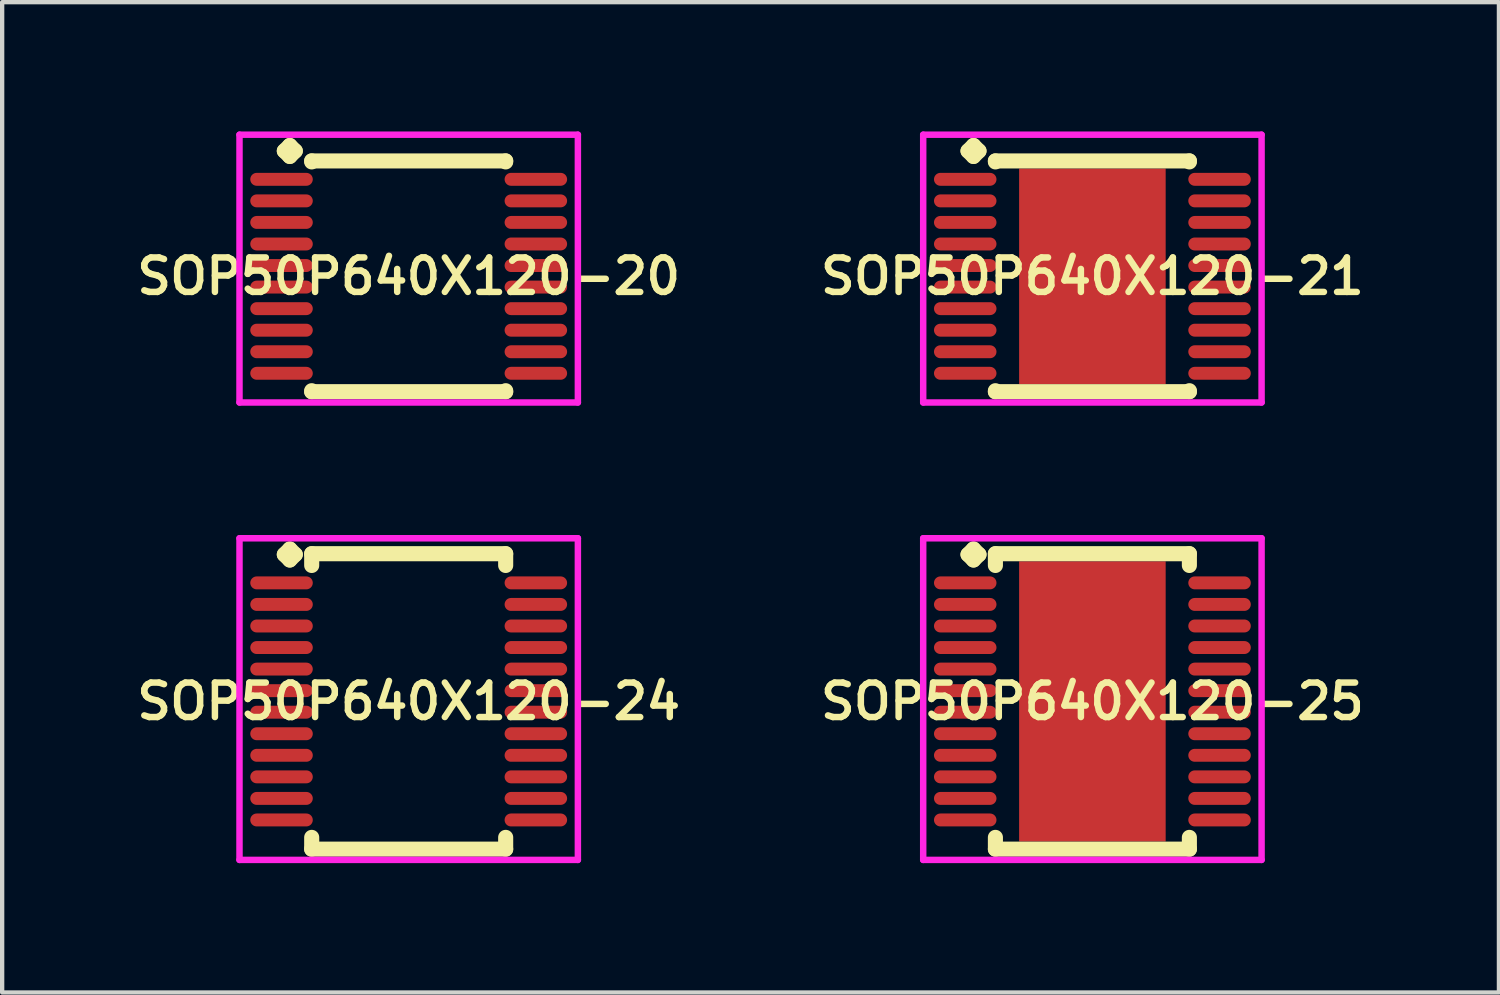
<source format=kicad_pcb>
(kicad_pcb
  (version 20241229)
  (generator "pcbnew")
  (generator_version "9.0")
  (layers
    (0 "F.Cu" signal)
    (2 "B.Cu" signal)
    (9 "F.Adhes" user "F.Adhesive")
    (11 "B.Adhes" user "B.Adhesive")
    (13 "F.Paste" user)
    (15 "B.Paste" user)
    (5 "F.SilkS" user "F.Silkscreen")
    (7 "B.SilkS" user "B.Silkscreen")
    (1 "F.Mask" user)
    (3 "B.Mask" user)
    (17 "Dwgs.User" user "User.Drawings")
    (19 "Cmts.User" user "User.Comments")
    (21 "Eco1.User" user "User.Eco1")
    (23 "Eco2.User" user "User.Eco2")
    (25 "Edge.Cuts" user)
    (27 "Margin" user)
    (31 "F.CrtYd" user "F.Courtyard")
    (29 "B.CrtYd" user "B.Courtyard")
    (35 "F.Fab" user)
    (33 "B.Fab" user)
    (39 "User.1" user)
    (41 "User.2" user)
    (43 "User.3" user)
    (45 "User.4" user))
  (footprint "SOP50P640X120-25"
    (layer "F.Cu")
    (at 22.292 13.222)
    (property "Reference" "SOP50P640X120-25" (at 0 0 0) (layer "F.SilkS") (effects (font (size 0.8 0.8) (thickness 0.15))))
    (attr smd)
    (fp_line (start -2.885 -3.408) (end -2.758 -3.535) (stroke (width 0.35) (type solid)) (layer "F.SilkS"))
    (fp_line (start -2.758 -3.535) (end -2.631 -3.408) (stroke (width 0.35) (type solid)) (layer "F.SilkS"))
    (fp_line (start -2.758 -3.281) (end -2.885 -3.408) (stroke (width 0.35) (type solid)) (layer "F.SilkS"))
    (fp_line (start -2.631 -3.408) (end -2.758 -3.281) (stroke (width 0.35) (type solid)) (layer "F.SilkS"))
    (fp_line (start -2.25 -3.427) (end 2.25 -3.427) (stroke (width 0.35) (type solid)) (layer "F.SilkS"))
    (fp_line (start -2.25 -3.154) (end -2.25 -3.427) (stroke (width 0.35) (type solid)) (layer "F.SilkS"))
    (fp_line (start -2.25 3.154) (end -2.25 3.427) (stroke (width 0.35) (type solid)) (layer "F.SilkS"))
    (fp_line (start -2.25 3.427) (end 2.25 3.427) (stroke (width 0.35) (type solid)) (layer "F.SilkS"))
    (fp_line (start 2.25 -3.427) (end 2.25 -3.154) (stroke (width 0.35) (type solid)) (layer "F.SilkS"))
    (fp_line (start 2.25 3.427) (end 2.25 3.154) (stroke (width 0.35) (type solid)) (layer "F.SilkS"))
    (fp_line (start -3.925 -3.785) (end 3.925 -3.785) (stroke (width 0.15) (type solid)) (layer "F.CrtYd"))
    (fp_line (start -3.925 3.677) (end -3.925 -3.785) (stroke (width 0.15) (type solid)) (layer "F.CrtYd"))
    (fp_line (start 3.925 -3.785) (end 3.925 3.677) (stroke (width 0.15) (type solid)) (layer "F.CrtYd"))
    (fp_line (start 3.925 3.677) (end -3.925 3.677) (stroke (width 0.15) (type solid)) (layer "F.CrtYd"))
    (pad "1" smd oval (at -2.95 -2.75) (size 1.45 0.3) (layers "F.Cu" "F.Mask" "F.Paste"))
    (pad "2" smd oval (at -2.95 -2.25) (size 1.45 0.3) (layers "F.Cu" "F.Mask" "F.Paste"))
    (pad "3" smd oval (at -2.95 -1.75) (size 1.45 0.3) (layers "F.Cu" "F.Mask" "F.Paste"))
    (pad "4" smd oval (at -2.95 -1.25) (size 1.45 0.3) (layers "F.Cu" "F.Mask" "F.Paste"))
    (pad "5" smd oval (at -2.95 -0.75) (size 1.45 0.3) (layers "F.Cu" "F.Mask" "F.Paste"))
    (pad "6" smd oval (at -2.95 -0.25) (size 1.45 0.3) (layers "F.Cu" "F.Mask" "F.Paste"))
    (pad "7" smd oval (at -2.95 0.25) (size 1.45 0.3) (layers "F.Cu" "F.Mask" "F.Paste"))
    (pad "8" smd oval (at -2.95 0.75) (size 1.45 0.3) (layers "F.Cu" "F.Mask" "F.Paste"))
    (pad "9" smd oval (at -2.95 1.25) (size 1.45 0.3) (layers "F.Cu" "F.Mask" "F.Paste"))
    (pad "10" smd oval (at -2.95 1.75) (size 1.45 0.3) (layers "F.Cu" "F.Mask" "F.Paste"))
    (pad "11" smd oval (at -2.95 2.25) (size 1.45 0.3) (layers "F.Cu" "F.Mask" "F.Paste"))
    (pad "12" smd oval (at -2.95 2.75) (size 1.45 0.3) (layers "F.Cu" "F.Mask" "F.Paste"))
    (pad "13" smd oval (at 2.95 2.75) (size 1.45 0.3) (layers "F.Cu" "F.Mask" "F.Paste"))
    (pad "14" smd oval (at 2.95 2.25) (size 1.45 0.3) (layers "F.Cu" "F.Mask" "F.Paste"))
    (pad "15" smd oval (at 2.95 1.75) (size 1.45 0.3) (layers "F.Cu" "F.Mask" "F.Paste"))
    (pad "16" smd oval (at 2.95 1.25) (size 1.45 0.3) (layers "F.Cu" "F.Mask" "F.Paste"))
    (pad "17" smd oval (at 2.95 0.75) (size 1.45 0.3) (layers "F.Cu" "F.Mask" "F.Paste"))
    (pad "18" smd oval (at 2.95 0.25) (size 1.45 0.3) (layers "F.Cu" "F.Mask" "F.Paste"))
    (pad "19" smd oval (at 2.95 -0.25) (size 1.45 0.3) (layers "F.Cu" "F.Mask" "F.Paste"))
    (pad "20" smd oval (at 2.95 -0.75) (size 1.45 0.3) (layers "F.Cu" "F.Mask" "F.Paste"))
    (pad "21" smd oval (at 2.95 -1.25) (size 1.45 0.3) (layers "F.Cu" "F.Mask" "F.Paste"))
    (pad "22" smd oval (at 2.95 -1.75) (size 1.45 0.3) (layers "F.Cu" "F.Mask" "F.Paste"))
    (pad "23" smd oval (at 2.95 -2.25) (size 1.45 0.3) (layers "F.Cu" "F.Mask" "F.Paste"))
    (pad "24" smd oval (at 2.95 -2.75) (size 1.45 0.3) (layers "F.Cu" "F.Mask" "F.Paste"))
    (pad "25" smd rect (at 0 0) (size 3.4 6.5) (layers "F.Cu" "F.Mask" "F.Paste")))
  (footprint "SOP50P640X120-21"
    (layer "F.Cu")
    (at 22.292 3.36)
    (property "Reference" "SOP50P640X120-21" (at 0 0 0) (layer "F.SilkS") (effects (font (size 0.8 0.8) (thickness 0.15))))
    (attr smd)
    (fp_line (start -2.885 -2.908) (end -2.758 -3.035) (stroke (width 0.35) (type solid)) (layer "F.SilkS"))
    (fp_line (start -2.758 -3.035) (end -2.631 -2.908) (stroke (width 0.35) (type solid)) (layer "F.SilkS"))
    (fp_line (start -2.758 -2.781) (end -2.885 -2.908) (stroke (width 0.35) (type solid)) (layer "F.SilkS"))
    (fp_line (start -2.631 -2.908) (end -2.758 -2.781) (stroke (width 0.35) (type solid)) (layer "F.SilkS"))
    (fp_line (start -2.25 -2.677) (end 2.25 -2.677) (stroke (width 0.35) (type solid)) (layer "F.SilkS"))
    (fp_line (start -2.25 -2.654) (end -2.25 -2.677) (stroke (width 0.35) (type solid)) (layer "F.SilkS"))
    (fp_line (start -2.25 2.654) (end -2.25 2.677) (stroke (width 0.35) (type solid)) (layer "F.SilkS"))
    (fp_line (start -2.25 2.677) (end 2.25 2.677) (stroke (width 0.35) (type solid)) (layer "F.SilkS"))
    (fp_line (start 2.25 -2.677) (end 2.25 -2.654) (stroke (width 0.35) (type solid)) (layer "F.SilkS"))
    (fp_line (start 2.25 2.677) (end 2.25 2.654) (stroke (width 0.35) (type solid)) (layer "F.SilkS"))
    (fp_line (start -3.925 -3.285) (end 3.925 -3.285) (stroke (width 0.15) (type solid)) (layer "F.CrtYd"))
    (fp_line (start -3.925 2.927) (end -3.925 -3.285) (stroke (width 0.15) (type solid)) (layer "F.CrtYd"))
    (fp_line (start 3.925 -3.285) (end 3.925 2.927) (stroke (width 0.15) (type solid)) (layer "F.CrtYd"))
    (fp_line (start 3.925 2.927) (end -3.925 2.927) (stroke (width 0.15) (type solid)) (layer "F.CrtYd"))
    (pad "1" smd oval (at -2.95 -2.25) (size 1.45 0.3) (layers "F.Cu" "F.Mask" "F.Paste"))
    (pad "2" smd oval (at -2.95 -1.75) (size 1.45 0.3) (layers "F.Cu" "F.Mask" "F.Paste"))
    (pad "3" smd oval (at -2.95 -1.25) (size 1.45 0.3) (layers "F.Cu" "F.Mask" "F.Paste"))
    (pad "4" smd oval (at -2.95 -0.75) (size 1.45 0.3) (layers "F.Cu" "F.Mask" "F.Paste"))
    (pad "5" smd oval (at -2.95 -0.25) (size 1.45 0.3) (layers "F.Cu" "F.Mask" "F.Paste"))
    (pad "6" smd oval (at -2.95 0.25) (size 1.45 0.3) (layers "F.Cu" "F.Mask" "F.Paste"))
    (pad "7" smd oval (at -2.95 0.75) (size 1.45 0.3) (layers "F.Cu" "F.Mask" "F.Paste"))
    (pad "8" smd oval (at -2.95 1.25) (size 1.45 0.3) (layers "F.Cu" "F.Mask" "F.Paste"))
    (pad "9" smd oval (at -2.95 1.75) (size 1.45 0.3) (layers "F.Cu" "F.Mask" "F.Paste"))
    (pad "10" smd oval (at -2.95 2.25) (size 1.45 0.3) (layers "F.Cu" "F.Mask" "F.Paste"))
    (pad "11" smd oval (at 2.95 2.25) (size 1.45 0.3) (layers "F.Cu" "F.Mask" "F.Paste"))
    (pad "12" smd oval (at 2.95 1.75) (size 1.45 0.3) (layers "F.Cu" "F.Mask" "F.Paste"))
    (pad "13" smd oval (at 2.95 1.25) (size 1.45 0.3) (layers "F.Cu" "F.Mask" "F.Paste"))
    (pad "14" smd oval (at 2.95 0.75) (size 1.45 0.3) (layers "F.Cu" "F.Mask" "F.Paste"))
    (pad "15" smd oval (at 2.95 0.25) (size 1.45 0.3) (layers "F.Cu" "F.Mask" "F.Paste"))
    (pad "16" smd oval (at 2.95 -0.25) (size 1.45 0.3) (layers "F.Cu" "F.Mask" "F.Paste"))
    (pad "17" smd oval (at 2.95 -0.75) (size 1.45 0.3) (layers "F.Cu" "F.Mask" "F.Paste"))
    (pad "18" smd oval (at 2.95 -1.25) (size 1.45 0.3) (layers "F.Cu" "F.Mask" "F.Paste"))
    (pad "19" smd oval (at 2.95 -1.75) (size 1.45 0.3) (layers "F.Cu" "F.Mask" "F.Paste"))
    (pad "20" smd oval (at 2.95 -2.25) (size 1.45 0.3) (layers "F.Cu" "F.Mask" "F.Paste"))
    (pad "21" smd rect (at 0 0) (size 3.4 5) (layers "F.Cu" "F.Mask" "F.Paste")))
  (footprint "SOP50P640X120-20"
    (layer "F.Cu")
    (at 6.431 3.36)
    (property "Reference" "SOP50P640X120-20" (at 0 0 0) (layer "F.SilkS") (effects (font (size 0.8 0.8) (thickness 0.15))))
    (attr smd)
    (fp_line (start -2.885 -2.908) (end -2.758 -3.035) (stroke (width 0.35) (type solid)) (layer "F.SilkS"))
    (fp_line (start -2.758 -3.035) (end -2.631 -2.908) (stroke (width 0.35) (type solid)) (layer "F.SilkS"))
    (fp_line (start -2.758 -2.781) (end -2.885 -2.908) (stroke (width 0.35) (type solid)) (layer "F.SilkS"))
    (fp_line (start -2.631 -2.908) (end -2.758 -2.781) (stroke (width 0.35) (type solid)) (layer "F.SilkS"))
    (fp_line (start -2.25 -2.677) (end 2.25 -2.677) (stroke (width 0.35) (type solid)) (layer "F.SilkS"))
    (fp_line (start -2.25 -2.654) (end -2.25 -2.677) (stroke (width 0.35) (type solid)) (layer "F.SilkS"))
    (fp_line (start -2.25 2.654) (end -2.25 2.677) (stroke (width 0.35) (type solid)) (layer "F.SilkS"))
    (fp_line (start -2.25 2.677) (end 2.25 2.677) (stroke (width 0.35) (type solid)) (layer "F.SilkS"))
    (fp_line (start 2.25 -2.677) (end 2.25 -2.654) (stroke (width 0.35) (type solid)) (layer "F.SilkS"))
    (fp_line (start 2.25 2.677) (end 2.25 2.654) (stroke (width 0.35) (type solid)) (layer "F.SilkS"))
    (fp_line (start -3.925 -3.285) (end 3.925 -3.285) (stroke (width 0.15) (type solid)) (layer "F.CrtYd"))
    (fp_line (start -3.925 2.927) (end -3.925 -3.285) (stroke (width 0.15) (type solid)) (layer "F.CrtYd"))
    (fp_line (start 3.925 -3.285) (end 3.925 2.927) (stroke (width 0.15) (type solid)) (layer "F.CrtYd"))
    (fp_line (start 3.925 2.927) (end -3.925 2.927) (stroke (width 0.15) (type solid)) (layer "F.CrtYd"))
    (pad "1" smd oval (at -2.95 -2.25) (size 1.45 0.3) (layers "F.Cu" "F.Mask" "F.Paste"))
    (pad "2" smd oval (at -2.95 -1.75) (size 1.45 0.3) (layers "F.Cu" "F.Mask" "F.Paste"))
    (pad "3" smd oval (at -2.95 -1.25) (size 1.45 0.3) (layers "F.Cu" "F.Mask" "F.Paste"))
    (pad "4" smd oval (at -2.95 -0.75) (size 1.45 0.3) (layers "F.Cu" "F.Mask" "F.Paste"))
    (pad "5" smd oval (at -2.95 -0.25) (size 1.45 0.3) (layers "F.Cu" "F.Mask" "F.Paste"))
    (pad "6" smd oval (at -2.95 0.25) (size 1.45 0.3) (layers "F.Cu" "F.Mask" "F.Paste"))
    (pad "7" smd oval (at -2.95 0.75) (size 1.45 0.3) (layers "F.Cu" "F.Mask" "F.Paste"))
    (pad "8" smd oval (at -2.95 1.25) (size 1.45 0.3) (layers "F.Cu" "F.Mask" "F.Paste"))
    (pad "9" smd oval (at -2.95 1.75) (size 1.45 0.3) (layers "F.Cu" "F.Mask" "F.Paste"))
    (pad "10" smd oval (at -2.95 2.25) (size 1.45 0.3) (layers "F.Cu" "F.Mask" "F.Paste"))
    (pad "11" smd oval (at 2.95 2.25) (size 1.45 0.3) (layers "F.Cu" "F.Mask" "F.Paste"))
    (pad "12" smd oval (at 2.95 1.75) (size 1.45 0.3) (layers "F.Cu" "F.Mask" "F.Paste"))
    (pad "13" smd oval (at 2.95 1.25) (size 1.45 0.3) (layers "F.Cu" "F.Mask" "F.Paste"))
    (pad "14" smd oval (at 2.95 0.75) (size 1.45 0.3) (layers "F.Cu" "F.Mask" "F.Paste"))
    (pad "15" smd oval (at 2.95 0.25) (size 1.45 0.3) (layers "F.Cu" "F.Mask" "F.Paste"))
    (pad "16" smd oval (at 2.95 -0.25) (size 1.45 0.3) (layers "F.Cu" "F.Mask" "F.Paste"))
    (pad "17" smd oval (at 2.95 -0.75) (size 1.45 0.3) (layers "F.Cu" "F.Mask" "F.Paste"))
    (pad "18" smd oval (at 2.95 -1.25) (size 1.45 0.3) (layers "F.Cu" "F.Mask" "F.Paste"))
    (pad "19" smd oval (at 2.95 -1.75) (size 1.45 0.3) (layers "F.Cu" "F.Mask" "F.Paste"))
    (pad "20" smd oval (at 2.95 -2.25) (size 1.45 0.3) (layers "F.Cu" "F.Mask" "F.Paste")))
  (footprint "SOP50P640X120-24"
    (layer "F.Cu")
    (at 6.431 13.222)
    (property "Reference" "SOP50P640X120-24" (at 0 0 0) (layer "F.SilkS") (effects (font (size 0.8 0.8) (thickness 0.15))))
    (attr smd)
    (fp_line (start -2.885 -3.408) (end -2.758 -3.535) (stroke (width 0.35) (type solid)) (layer "F.SilkS"))
    (fp_line (start -2.758 -3.535) (end -2.631 -3.408) (stroke (width 0.35) (type solid)) (layer "F.SilkS"))
    (fp_line (start -2.758 -3.281) (end -2.885 -3.408) (stroke (width 0.35) (type solid)) (layer "F.SilkS"))
    (fp_line (start -2.631 -3.408) (end -2.758 -3.281) (stroke (width 0.35) (type solid)) (layer "F.SilkS"))
    (fp_line (start -2.25 -3.427) (end 2.25 -3.427) (stroke (width 0.35) (type solid)) (layer "F.SilkS"))
    (fp_line (start -2.25 -3.154) (end -2.25 -3.427) (stroke (width 0.35) (type solid)) (layer "F.SilkS"))
    (fp_line (start -2.25 3.154) (end -2.25 3.427) (stroke (width 0.35) (type solid)) (layer "F.SilkS"))
    (fp_line (start -2.25 3.427) (end 2.25 3.427) (stroke (width 0.35) (type solid)) (layer "F.SilkS"))
    (fp_line (start 2.25 -3.427) (end 2.25 -3.154) (stroke (width 0.35) (type solid)) (layer "F.SilkS"))
    (fp_line (start 2.25 3.427) (end 2.25 3.154) (stroke (width 0.35) (type solid)) (layer "F.SilkS"))
    (fp_line (start -3.925 -3.785) (end 3.925 -3.785) (stroke (width 0.15) (type solid)) (layer "F.CrtYd"))
    (fp_line (start -3.925 3.677) (end -3.925 -3.785) (stroke (width 0.15) (type solid)) (layer "F.CrtYd"))
    (fp_line (start 3.925 -3.785) (end 3.925 3.677) (stroke (width 0.15) (type solid)) (layer "F.CrtYd"))
    (fp_line (start 3.925 3.677) (end -3.925 3.677) (stroke (width 0.15) (type solid)) (layer "F.CrtYd"))
    (pad "1" smd oval (at -2.95 -2.75) (size 1.45 0.3) (layers "F.Cu" "F.Mask" "F.Paste"))
    (pad "2" smd oval (at -2.95 -2.25) (size 1.45 0.3) (layers "F.Cu" "F.Mask" "F.Paste"))
    (pad "3" smd oval (at -2.95 -1.75) (size 1.45 0.3) (layers "F.Cu" "F.Mask" "F.Paste"))
    (pad "4" smd oval (at -2.95 -1.25) (size 1.45 0.3) (layers "F.Cu" "F.Mask" "F.Paste"))
    (pad "5" smd oval (at -2.95 -0.75) (size 1.45 0.3) (layers "F.Cu" "F.Mask" "F.Paste"))
    (pad "6" smd oval (at -2.95 -0.25) (size 1.45 0.3) (layers "F.Cu" "F.Mask" "F.Paste"))
    (pad "7" smd oval (at -2.95 0.25) (size 1.45 0.3) (layers "F.Cu" "F.Mask" "F.Paste"))
    (pad "8" smd oval (at -2.95 0.75) (size 1.45 0.3) (layers "F.Cu" "F.Mask" "F.Paste"))
    (pad "9" smd oval (at -2.95 1.25) (size 1.45 0.3) (layers "F.Cu" "F.Mask" "F.Paste"))
    (pad "10" smd oval (at -2.95 1.75) (size 1.45 0.3) (layers "F.Cu" "F.Mask" "F.Paste"))
    (pad "11" smd oval (at -2.95 2.25) (size 1.45 0.3) (layers "F.Cu" "F.Mask" "F.Paste"))
    (pad "12" smd oval (at -2.95 2.75) (size 1.45 0.3) (layers "F.Cu" "F.Mask" "F.Paste"))
    (pad "13" smd oval (at 2.95 2.75) (size 1.45 0.3) (layers "F.Cu" "F.Mask" "F.Paste"))
    (pad "14" smd oval (at 2.95 2.25) (size 1.45 0.3) (layers "F.Cu" "F.Mask" "F.Paste"))
    (pad "15" smd oval (at 2.95 1.75) (size 1.45 0.3) (layers "F.Cu" "F.Mask" "F.Paste"))
    (pad "16" smd oval (at 2.95 1.25) (size 1.45 0.3) (layers "F.Cu" "F.Mask" "F.Paste"))
    (pad "17" smd oval (at 2.95 0.75) (size 1.45 0.3) (layers "F.Cu" "F.Mask" "F.Paste"))
    (pad "18" smd oval (at 2.95 0.25) (size 1.45 0.3) (layers "F.Cu" "F.Mask" "F.Paste"))
    (pad "19" smd oval (at 2.95 -0.25) (size 1.45 0.3) (layers "F.Cu" "F.Mask" "F.Paste"))
    (pad "20" smd oval (at 2.95 -0.75) (size 1.45 0.3) (layers "F.Cu" "F.Mask" "F.Paste"))
    (pad "21" smd oval (at 2.95 -1.25) (size 1.45 0.3) (layers "F.Cu" "F.Mask" "F.Paste"))
    (pad "22" smd oval (at 2.95 -1.75) (size 1.45 0.3) (layers "F.Cu" "F.Mask" "F.Paste"))
    (pad "23" smd oval (at 2.95 -2.25) (size 1.45 0.3) (layers "F.Cu" "F.Mask" "F.Paste"))
    (pad "24" smd oval (at 2.95 -2.75) (size 1.45 0.3) (layers "F.Cu" "F.Mask" "F.Paste")))
  (gr_rect
    (start -3 -3)
    (end 31.723 19.974)
    (stroke (width 0.1) (type default))
    (fill no)
    (layer "Edge.Cuts")))
</source>
